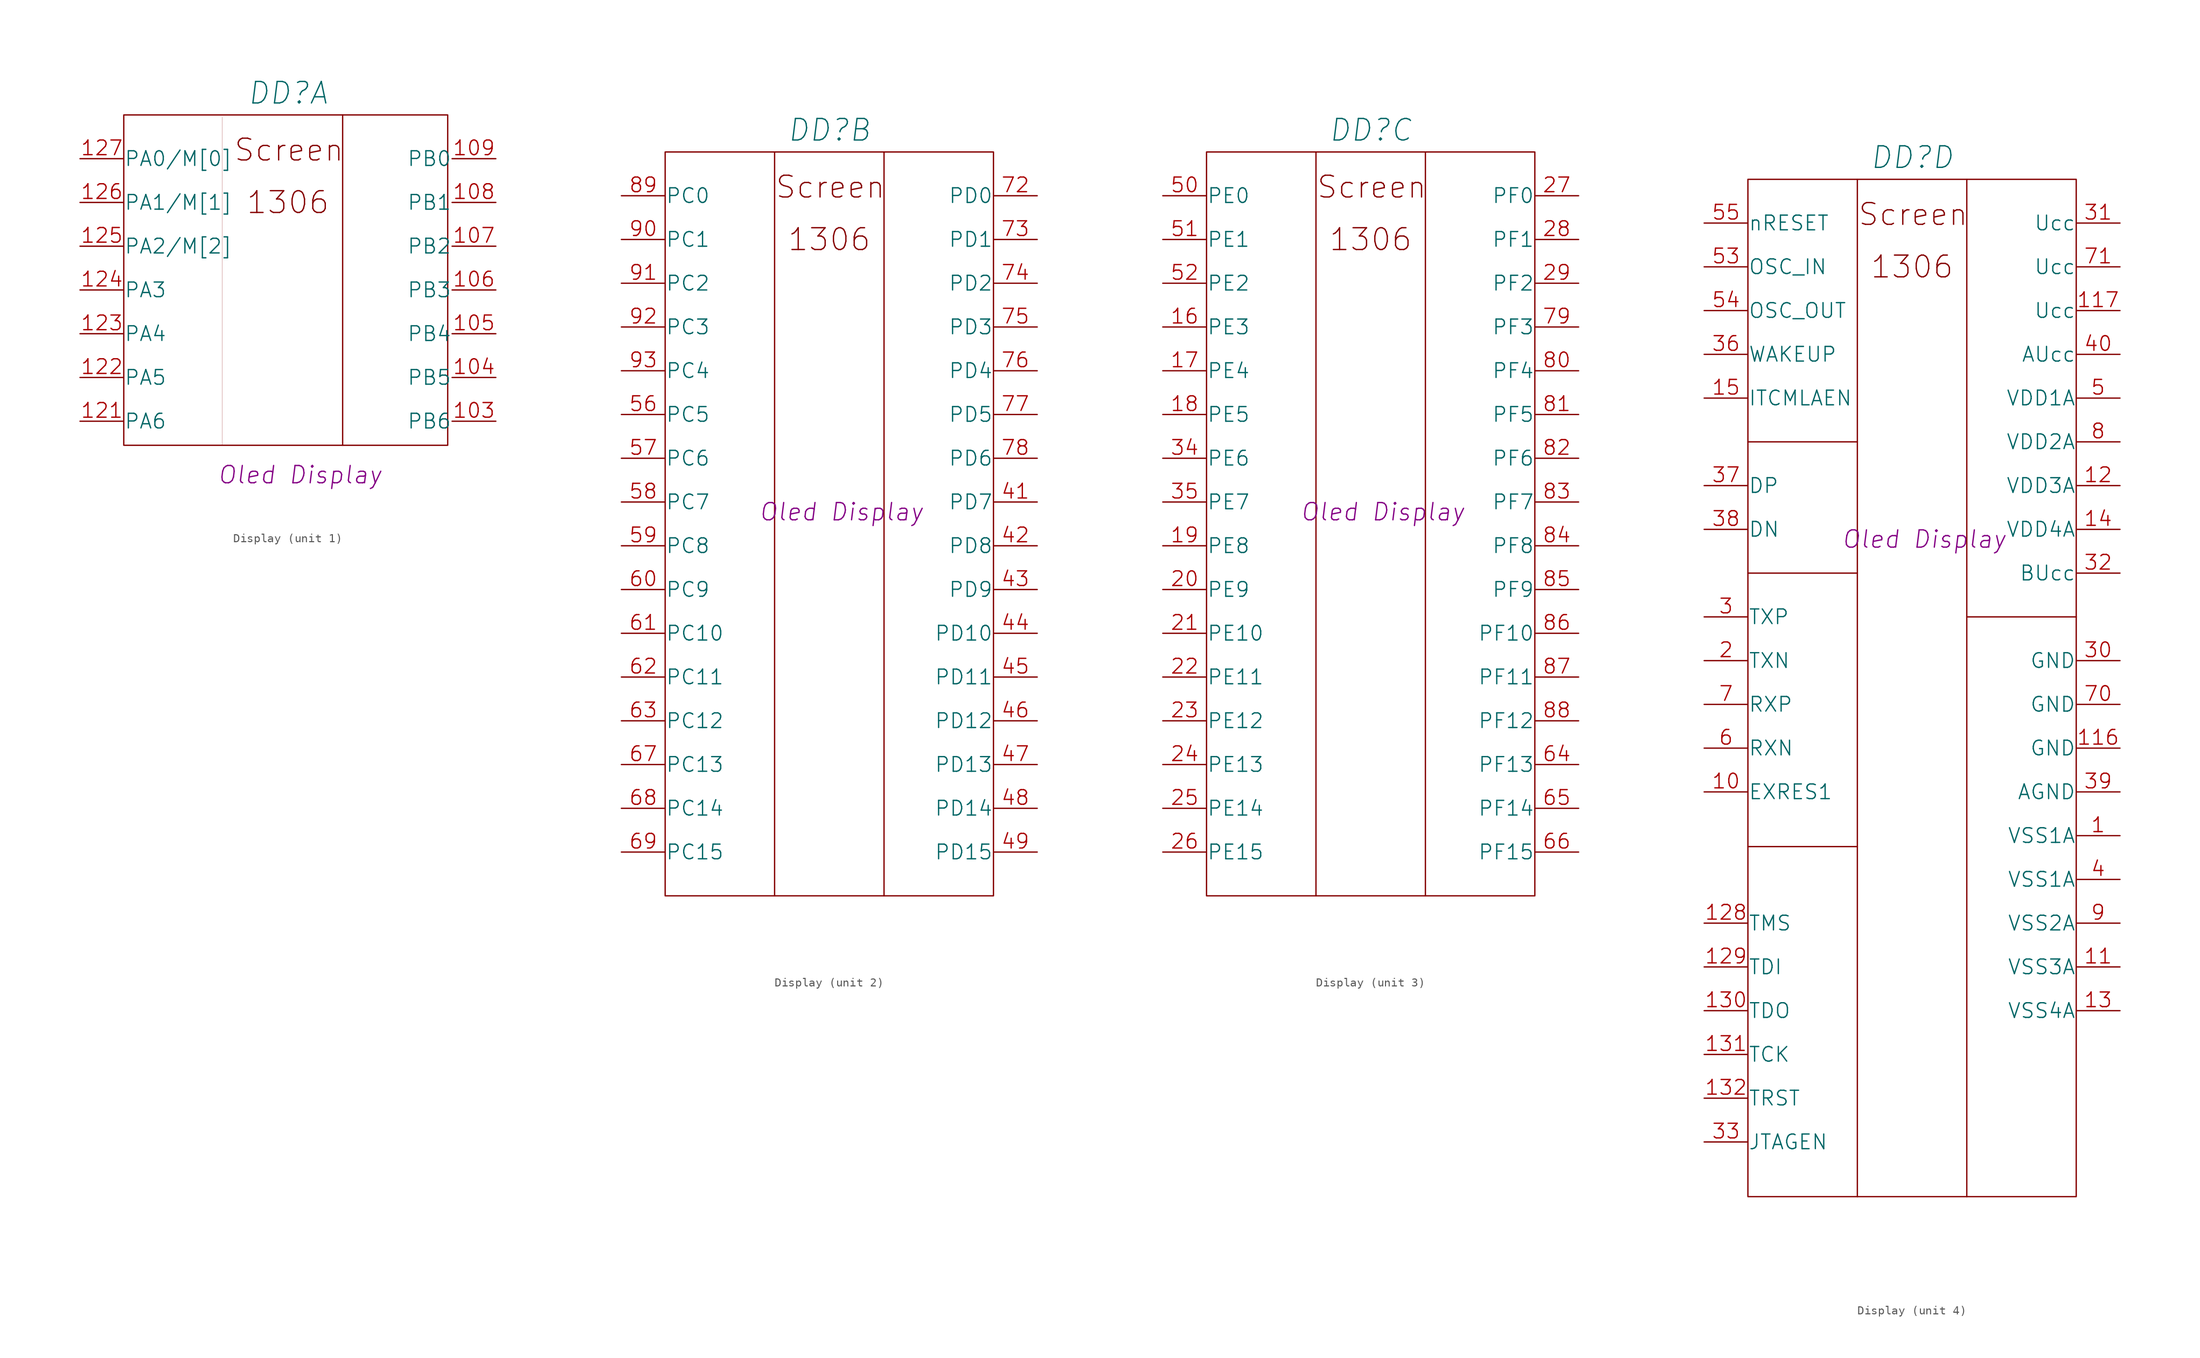
<source format=kicad_sym>
(kicad_symbol_lib
  (version 20201005)
  (generator kicad_symbol_editor)
  (symbol "power_modules:Display"
    (pin_names
      (offset 0.025))
    (property "Reference" "DD"
      (at 24.13 7.62 0)
      (effects (font (size 2.501 2.501) italic)))
    (property "ValueName" "Oled Display"
      (at 25.527 -36.703 0)
      (effects (font (size 2.007 2.007) italic)))
    (property "ki_locked" ""
      (at 0 0 0)
      (effects (font (size 1.27 1.27))))
    (symbol "Display_0_0"
      (text "Screen" (at 24.257 1.016 0) (effects (font (size 2.527 2.527))))
      (text "1306" (at 24.13 -5.08 0) (effects (font (size 2.527 2.527)))))
    (symbol "Display_1_1"
      (rectangle (start 5.08 5.08) (end 42.672 -33.274) (stroke (width 0)) (fill (type none)))
      (polyline (pts (xy 30.48 5.08) (xy 30.48 -33.274)) (stroke (width 0)) (fill (type none)))
      (polyline (pts (xy 16.51 4.826) (xy 16.51 -33.274)) (stroke (width 0.001)) (fill (type none)))
      (pin bidirectional line (at 48.26 -30.48 180) (length 5.08) (name "PB6" (effects (font (size 1.702 1.702)))) (number "103" (effects (font (size 1.702 1.702)))))
      (pin bidirectional line (at 48.26 -25.4 180) (length 5.08) (name "PB5" (effects (font (size 1.702 1.702)))) (number "104" (effects (font (size 1.702 1.702)))))
      (pin bidirectional line (at 48.26 -20.32 180) (length 5.08) (name "PB4" (effects (font (size 1.702 1.702)))) (number "105" (effects (font (size 1.702 1.702)))))
      (pin bidirectional line (at 48.26 -15.24 180) (length 5.08) (name "PB3" (effects (font (size 1.702 1.702)))) (number "106" (effects (font (size 1.702 1.702)))))
      (pin bidirectional line (at 48.26 -10.16 180) (length 5.08) (name "PB2" (effects (font (size 1.702 1.702)))) (number "107" (effects (font (size 1.702 1.702)))))
      (pin bidirectional line (at 48.26 -5.08 180) (length 5.08) (name "PB1" (effects (font (size 1.702 1.702)))) (number "108" (effects (font (size 1.702 1.702)))))
      (pin bidirectional line (at 48.26 0 180) (length 5.08) (name "PB0" (effects (font (size 1.702 1.702)))) (number "109" (effects (font (size 1.702 1.702)))))
      (pin bidirectional line (at 0 -30.48 0) (length 5.08) (name "PA6" (effects (font (size 1.702 1.702)))) (number "121" (effects (font (size 1.702 1.702)))))
      (pin bidirectional line (at 0 -25.4 0) (length 5.08) (name "PA5" (effects (font (size 1.702 1.702)))) (number "122" (effects (font (size 1.702 1.702)))))
      (pin bidirectional line (at 0 -20.32 0) (length 5.08) (name "PA4" (effects (font (size 1.702 1.702)))) (number "123" (effects (font (size 1.702 1.702)))))
      (pin bidirectional line (at 0 -15.24 0) (length 5.08) (name "PA3" (effects (font (size 1.702 1.702)))) (number "124" (effects (font (size 1.702 1.702)))))
      (pin bidirectional line (at 0 -10.16 0) (length 5.08) (name "PA2/M[2]" (effects (font (size 1.702 1.702)))) (number "125" (effects (font (size 1.702 1.702)))))
      (pin bidirectional line (at 0 -5.08 0) (length 5.08) (name "PA1/M[1]" (effects (font (size 1.702 1.702)))) (number "126" (effects (font (size 1.702 1.702)))))
      (pin bidirectional line (at 0 0 0) (length 5.08) (name "PA0/M[0]" (effects (font (size 1.702 1.702)))) (number "127" (effects (font (size 1.702 1.702))))))
    (symbol "Display_2_1"
      (rectangle (start 5.08 -81.28) (end 43.18 5.08) (stroke (width 0)) (fill (type none)))
      (polyline (pts (xy 30.48 5.08) (xy 30.48 -81.28)) (stroke (width 0)) (fill (type none)))
      (polyline (pts (xy 17.78 5.08) (xy 17.78 -74.93) (xy 17.78 -81.28)) (stroke (width 0)) (fill (type none)))
      (pin bidirectional line (at 48.26 -35.56 180) (length 5.08) (name "PD7" (effects (font (size 1.702 1.702)))) (number "41" (effects (font (size 1.702 1.702)))))
      (pin bidirectional line (at 48.26 -40.64 180) (length 5.08) (name "PD8" (effects (font (size 1.702 1.702)))) (number "42" (effects (font (size 1.702 1.702)))))
      (pin bidirectional line (at 48.26 -45.72 180) (length 5.08) (name "PD9" (effects (font (size 1.702 1.702)))) (number "43" (effects (font (size 1.702 1.702)))))
      (pin bidirectional line (at 48.26 -50.8 180) (length 5.08) (name "PD10" (effects (font (size 1.702 1.702)))) (number "44" (effects (font (size 1.702 1.702)))))
      (pin bidirectional line (at 48.26 -55.88 180) (length 5.08) (name "PD11" (effects (font (size 1.702 1.702)))) (number "45" (effects (font (size 1.702 1.702)))))
      (pin bidirectional line (at 48.26 -60.96 180) (length 5.08) (name "PD12" (effects (font (size 1.702 1.702)))) (number "46" (effects (font (size 1.702 1.702)))))
      (pin bidirectional line (at 48.26 -66.04 180) (length 5.08) (name "PD13" (effects (font (size 1.702 1.702)))) (number "47" (effects (font (size 1.702 1.702)))))
      (pin bidirectional line (at 48.26 -71.12 180) (length 5.08) (name "PD14" (effects (font (size 1.702 1.702)))) (number "48" (effects (font (size 1.702 1.702)))))
      (pin bidirectional line (at 48.26 -76.2 180) (length 5.08) (name "PD15" (effects (font (size 1.702 1.702)))) (number "49" (effects (font (size 1.702 1.702)))))
      (pin bidirectional line (at 0 -25.4 0) (length 5.08) (name "PC5" (effects (font (size 1.702 1.702)))) (number "56" (effects (font (size 1.702 1.702)))))
      (pin bidirectional line (at 0 -30.48 0) (length 5.08) (name "PC6" (effects (font (size 1.702 1.702)))) (number "57" (effects (font (size 1.702 1.702)))))
      (pin bidirectional line (at 0 -35.56 0) (length 5.08) (name "PC7" (effects (font (size 1.702 1.702)))) (number "58" (effects (font (size 1.702 1.702)))))
      (pin bidirectional line (at 0 -40.64 0) (length 5.08) (name "PC8" (effects (font (size 1.702 1.702)))) (number "59" (effects (font (size 1.702 1.702)))))
      (pin bidirectional line (at 0 -45.72 0) (length 5.08) (name "PC9" (effects (font (size 1.702 1.702)))) (number "60" (effects (font (size 1.702 1.702)))))
      (pin bidirectional line (at 0 -50.8 0) (length 5.08) (name "PC10" (effects (font (size 1.702 1.702)))) (number "61" (effects (font (size 1.702 1.702)))))
      (pin bidirectional line (at 0 -55.88 0) (length 5.08) (name "PC11" (effects (font (size 1.702 1.702)))) (number "62" (effects (font (size 1.702 1.702)))))
      (pin bidirectional line (at 0 -60.96 0) (length 5.08) (name "PC12" (effects (font (size 1.702 1.702)))) (number "63" (effects (font (size 1.702 1.702)))))
      (pin bidirectional line (at 0 -66.04 0) (length 5.08) (name "PC13" (effects (font (size 1.702 1.702)))) (number "67" (effects (font (size 1.702 1.702)))))
      (pin bidirectional line (at 0 -71.12 0) (length 5.08) (name "PC14" (effects (font (size 1.702 1.702)))) (number "68" (effects (font (size 1.702 1.702)))))
      (pin bidirectional line (at 0 -76.2 0) (length 5.08) (name "PC15" (effects (font (size 1.702 1.702)))) (number "69" (effects (font (size 1.702 1.702)))))
      (pin bidirectional line (at 48.26 0 180) (length 5.08) (name "PD0" (effects (font (size 1.702 1.702)))) (number "72" (effects (font (size 1.702 1.702)))))
      (pin bidirectional line (at 48.26 -5.08 180) (length 5.08) (name "PD1" (effects (font (size 1.702 1.702)))) (number "73" (effects (font (size 1.702 1.702)))))
      (pin bidirectional line (at 48.26 -10.16 180) (length 5.08) (name "PD2" (effects (font (size 1.702 1.702)))) (number "74" (effects (font (size 1.702 1.702)))))
      (pin bidirectional line (at 48.26 -15.24 180) (length 5.08) (name "PD3" (effects (font (size 1.702 1.702)))) (number "75" (effects (font (size 1.702 1.702)))))
      (pin bidirectional line (at 48.26 -20.32 180) (length 5.08) (name "PD4" (effects (font (size 1.702 1.702)))) (number "76" (effects (font (size 1.702 1.702)))))
      (pin bidirectional line (at 48.26 -25.4 180) (length 5.08) (name "PD5" (effects (font (size 1.702 1.702)))) (number "77" (effects (font (size 1.702 1.702)))))
      (pin bidirectional line (at 48.26 -30.48 180) (length 5.08) (name "PD6" (effects (font (size 1.702 1.702)))) (number "78" (effects (font (size 1.702 1.702)))))
      (pin bidirectional line (at 0 0 0) (length 5.08) (name "PC0" (effects (font (size 1.702 1.702)))) (number "89" (effects (font (size 1.702 1.702)))))
      (pin bidirectional line (at 0 -5.08 0) (length 5.08) (name "PC1" (effects (font (size 1.702 1.702)))) (number "90" (effects (font (size 1.702 1.702)))))
      (pin bidirectional line (at 0 -10.16 0) (length 5.08) (name "PC2" (effects (font (size 1.702 1.702)))) (number "91" (effects (font (size 1.702 1.702)))))
      (pin bidirectional line (at 0 -15.24 0) (length 5.08) (name "PC3" (effects (font (size 1.702 1.702)))) (number "92" (effects (font (size 1.702 1.702)))))
      (pin bidirectional line (at 0 -20.32 0) (length 5.08) (name "PC4" (effects (font (size 1.702 1.702)))) (number "93" (effects (font (size 1.702 1.702))))))
    (symbol "Display_3_1"
      (rectangle (start 5.08 -81.28) (end 43.18 5.08) (stroke (width 0)) (fill (type none)))
      (polyline (pts (xy 30.48 5.08) (xy 30.48 -81.28)) (stroke (width 0)) (fill (type none)))
      (polyline (pts (xy 17.78 5.08) (xy 17.78 -55.88) (xy 17.78 -81.28)) (stroke (width 0)) (fill (type none)))
      (pin bidirectional line (at 0 -15.24 0) (length 5.08) (name "PE3" (effects (font (size 1.702 1.702)))) (number "16" (effects (font (size 1.702 1.702)))))
      (pin bidirectional line (at 0 -20.32 0) (length 5.08) (name "PE4" (effects (font (size 1.702 1.702)))) (number "17" (effects (font (size 1.702 1.702)))))
      (pin bidirectional line (at 0 -25.4 0) (length 5.08) (name "PE5" (effects (font (size 1.702 1.702)))) (number "18" (effects (font (size 1.702 1.702)))))
      (pin bidirectional line (at 0 -40.64 0) (length 5.08) (name "PE8" (effects (font (size 1.702 1.702)))) (number "19" (effects (font (size 1.702 1.702)))))
      (pin bidirectional line (at 0 -45.72 0) (length 5.08) (name "PE9" (effects (font (size 1.702 1.702)))) (number "20" (effects (font (size 1.702 1.702)))))
      (pin bidirectional line (at 0 -50.8 0) (length 5.08) (name "PE10" (effects (font (size 1.702 1.702)))) (number "21" (effects (font (size 1.702 1.702)))))
      (pin bidirectional line (at 0 -55.88 0) (length 5.08) (name "PE11" (effects (font (size 1.702 1.702)))) (number "22" (effects (font (size 1.702 1.702)))))
      (pin bidirectional line (at 0 -60.96 0) (length 5.08) (name "PE12" (effects (font (size 1.702 1.702)))) (number "23" (effects (font (size 1.702 1.702)))))
      (pin bidirectional line (at 0 -66.04 0) (length 5.08) (name "PE13" (effects (font (size 1.702 1.702)))) (number "24" (effects (font (size 1.702 1.702)))))
      (pin bidirectional line (at 0 -71.12 0) (length 5.08) (name "PE14" (effects (font (size 1.702 1.702)))) (number "25" (effects (font (size 1.702 1.702)))))
      (pin bidirectional line (at 0 -76.2 0) (length 5.08) (name "PE15" (effects (font (size 1.702 1.702)))) (number "26" (effects (font (size 1.702 1.702)))))
      (pin bidirectional line (at 48.26 0 180) (length 5.08) (name "PF0" (effects (font (size 1.702 1.702)))) (number "27" (effects (font (size 1.702 1.702)))))
      (pin bidirectional line (at 48.26 -5.08 180) (length 5.08) (name "PF1" (effects (font (size 1.702 1.702)))) (number "28" (effects (font (size 1.702 1.702)))))
      (pin bidirectional line (at 48.26 -10.16 180) (length 5.08) (name "PF2" (effects (font (size 1.702 1.702)))) (number "29" (effects (font (size 1.702 1.702)))))
      (pin bidirectional line (at 0 -30.48 0) (length 5.08) (name "PE6" (effects (font (size 1.702 1.702)))) (number "34" (effects (font (size 1.702 1.702)))))
      (pin bidirectional line (at 0 -35.56 0) (length 5.08) (name "PE7" (effects (font (size 1.702 1.702)))) (number "35" (effects (font (size 1.702 1.702)))))
      (pin bidirectional line (at 0 0 0) (length 5.08) (name "PE0" (effects (font (size 1.702 1.702)))) (number "50" (effects (font (size 1.702 1.702)))))
      (pin bidirectional line (at 0 -5.08 0) (length 5.08) (name "PE1" (effects (font (size 1.702 1.702)))) (number "51" (effects (font (size 1.702 1.702)))))
      (pin bidirectional line (at 0 -10.16 0) (length 5.08) (name "PE2" (effects (font (size 1.702 1.702)))) (number "52" (effects (font (size 1.702 1.702)))))
      (pin bidirectional line (at 48.26 -66.04 180) (length 5.08) (name "PF13" (effects (font (size 1.702 1.702)))) (number "64" (effects (font (size 1.702 1.702)))))
      (pin bidirectional line (at 48.26 -71.12 180) (length 5.08) (name "PF14" (effects (font (size 1.702 1.702)))) (number "65" (effects (font (size 1.702 1.702)))))
      (pin bidirectional line (at 48.26 -76.2 180) (length 5.08) (name "PF15" (effects (font (size 1.702 1.702)))) (number "66" (effects (font (size 1.702 1.702)))))
      (pin bidirectional line (at 48.26 -15.24 180) (length 5.08) (name "PF3" (effects (font (size 1.702 1.702)))) (number "79" (effects (font (size 1.702 1.702)))))
      (pin bidirectional line (at 48.26 -20.32 180) (length 5.08) (name "PF4" (effects (font (size 1.702 1.702)))) (number "80" (effects (font (size 1.702 1.702)))))
      (pin bidirectional line (at 48.26 -25.4 180) (length 5.08) (name "PF5" (effects (font (size 1.702 1.702)))) (number "81" (effects (font (size 1.702 1.702)))))
      (pin bidirectional line (at 48.26 -30.48 180) (length 5.08) (name "PF6" (effects (font (size 1.702 1.702)))) (number "82" (effects (font (size 1.702 1.702)))))
      (pin bidirectional line (at 48.26 -35.56 180) (length 5.08) (name "PF7" (effects (font (size 1.702 1.702)))) (number "83" (effects (font (size 1.702 1.702)))))
      (pin bidirectional line (at 48.26 -40.64 180) (length 5.08) (name "PF8" (effects (font (size 1.702 1.702)))) (number "84" (effects (font (size 1.702 1.702)))))
      (pin bidirectional line (at 48.26 -45.72 180) (length 5.08) (name "PF9" (effects (font (size 1.702 1.702)))) (number "85" (effects (font (size 1.702 1.702)))))
      (pin bidirectional line (at 48.26 -50.8 180) (length 5.08) (name "PF10" (effects (font (size 1.702 1.702)))) (number "86" (effects (font (size 1.702 1.702)))))
      (pin bidirectional line (at 48.26 -55.88 180) (length 5.08) (name "PF11" (effects (font (size 1.702 1.702)))) (number "87" (effects (font (size 1.702 1.702)))))
      (pin bidirectional line (at 48.26 -60.96 180) (length 5.08) (name "PF12" (effects (font (size 1.702 1.702)))) (number "88" (effects (font (size 1.702 1.702))))))
    (symbol "Display_4_1"
      (rectangle (start 5.08 -113.03) (end 43.18 5.08) (stroke (width 0)) (fill (type none)))
      (polyline (pts (xy 5.08 -72.39) (xy 17.78 -72.39)) (stroke (width 0)) (fill (type none)))
      (polyline (pts (xy 5.08 -40.64) (xy 17.78 -40.64)) (stroke (width 0)) (fill (type none)))
      (polyline (pts (xy 5.08 -25.4) (xy 17.78 -25.4)) (stroke (width 0)) (fill (type none)))
      (polyline (pts (xy 30.48 -45.72) (xy 43.18 -45.72)) (stroke (width 0)) (fill (type none)))
      (polyline (pts (xy 30.48 5.08) (xy 30.48 -113.03)) (stroke (width 0)) (fill (type none)))
      (polyline (pts (xy 17.78 5.08) (xy 17.78 -67.31) (xy 17.78 -113.03)) (stroke (width 0)) (fill (type none)))
      (pin power_in line (at 48.26 -71.12 180) (length 5.08) (name "VSS1A" (effects (font (size 1.702 1.702)))) (number "1" (effects (font (size 1.702 1.702)))))
      (pin bidirectional line (at 0 -66.04 0) (length 5.08) (name "EXRES1" (effects (font (size 1.702 1.702)))) (number "10" (effects (font (size 1.702 1.702)))))
      (pin power_in line (at 48.26 -86.36 180) (length 5.08) (name "VSS3A" (effects (font (size 1.702 1.702)))) (number "11" (effects (font (size 1.702 1.702)))))
      (pin power_in line (at 48.26 -60.96 180) (length 5.08) (name "GND" (effects (font (size 1.702 1.702)))) (number "116" (effects (font (size 1.702 1.702)))))
      (pin power_in line (at 48.26 -10.16 180) (length 5.08) (name "Ucc" (effects (font (size 1.702 1.702)))) (number "117" (effects (font (size 1.702 1.702)))))
      (pin power_in line (at 48.26 -30.48 180) (length 5.08) (name "VDD3A" (effects (font (size 1.702 1.702)))) (number "12" (effects (font (size 1.702 1.702)))))
      (pin bidirectional line (at 0 -81.28 0) (length 5.08) (name "TMS" (effects (font (size 1.702 1.702)))) (number "128" (effects (font (size 1.702 1.702)))))
      (pin bidirectional line (at 0 -86.36 0) (length 5.08) (name "TDI" (effects (font (size 1.702 1.702)))) (number "129" (effects (font (size 1.702 1.702)))))
      (pin power_out line (at 48.26 -91.44 180) (length 5.08) (name "VSS4A" (effects (font (size 1.702 1.702)))) (number "13" (effects (font (size 1.702 1.702)))))
      (pin bidirectional line (at 0 -91.44 0) (length 5.08) (name "TDO" (effects (font (size 1.702 1.702)))) (number "130" (effects (font (size 1.702 1.702)))))
      (pin bidirectional line (at 0 -96.52 0) (length 5.08) (name "TCK" (effects (font (size 1.702 1.702)))) (number "131" (effects (font (size 1.702 1.702)))))
      (pin bidirectional line (at 0 -101.6 0) (length 5.08) (name "TRST" (effects (font (size 1.702 1.702)))) (number "132" (effects (font (size 1.702 1.702)))))
      (pin power_in line (at 48.26 -35.56 180) (length 5.08) (name "VDD4A" (effects (font (size 1.702 1.702)))) (number "14" (effects (font (size 1.702 1.702)))))
      (pin bidirectional line (at 0 -20.32 0) (length 5.08) (name "ITCMLAEN" (effects (font (size 1.702 1.702)))) (number "15" (effects (font (size 1.702 1.702)))))
      (pin bidirectional line (at 0 -50.8 0) (length 5.08) (name "TXN" (effects (font (size 1.702 1.702)))) (number "2" (effects (font (size 1.702 1.702)))))
      (pin bidirectional line (at 0 -45.72 0) (length 5.08) (name "TXP" (effects (font (size 1.702 1.702)))) (number "3" (effects (font (size 1.702 1.702)))))
      (pin power_in line (at 48.26 -50.8 180) (length 5.08) (name "GND" (effects (font (size 1.702 1.702)))) (number "30" (effects (font (size 1.702 1.702)))))
      (pin power_in line (at 48.26 0 180) (length 5.08) (name "Ucc" (effects (font (size 1.702 1.702)))) (number "31" (effects (font (size 1.702 1.702)))))
      (pin power_in line (at 48.26 -40.64 180) (length 5.08) (name "BUcc" (effects (font (size 1.702 1.702)))) (number "32" (effects (font (size 1.702 1.702)))))
      (pin bidirectional line (at 0 -106.68 0) (length 5.08) (name "JTAGEN" (effects (font (size 1.702 1.702)))) (number "33" (effects (font (size 1.702 1.702)))))
      (pin bidirectional line (at 0 -15.24 0) (length 5.08) (name "WAKEUP" (effects (font (size 1.702 1.702)))) (number "36" (effects (font (size 1.702 1.702)))))
      (pin bidirectional line (at 0 -30.48 0) (length 5.08) (name "DP" (effects (font (size 1.702 1.702)))) (number "37" (effects (font (size 1.702 1.702)))))
      (pin bidirectional line (at 0 -35.56 0) (length 5.08) (name "DN" (effects (font (size 1.702 1.702)))) (number "38" (effects (font (size 1.702 1.702)))))
      (pin power_in line (at 48.26 -66.04 180) (length 5.08) (name "AGND" (effects (font (size 1.702 1.702)))) (number "39" (effects (font (size 1.702 1.702)))))
      (pin power_in line (at 48.26 -76.2 180) (length 5.08) (name "VSS1A" (effects (font (size 1.702 1.702)))) (number "4" (effects (font (size 1.702 1.702)))))
      (pin power_in line (at 48.26 -15.24 180) (length 5.08) (name "AUcc" (effects (font (size 1.702 1.702)))) (number "40" (effects (font (size 1.702 1.702)))))
      (pin power_in line (at 48.26 -20.32 180) (length 5.08) (name "VDD1A" (effects (font (size 1.702 1.702)))) (number "5" (effects (font (size 1.702 1.702)))))
      (pin bidirectional line (at 0 -5.08 0) (length 5.08) (name "OSC_IN" (effects (font (size 1.702 1.702)))) (number "53" (effects (font (size 1.702 1.702)))))
      (pin bidirectional line (at 0 -10.16 0) (length 5.08) (name "OSC_OUT" (effects (font (size 1.702 1.702)))) (number "54" (effects (font (size 1.702 1.702)))))
      (pin bidirectional line (at 0 0 0) (length 5.08) (name "nRESET" (effects (font (size 1.702 1.702)))) (number "55" (effects (font (size 1.702 1.702)))))
      (pin bidirectional line (at 0 -60.96 0) (length 5.08) (name "RXN" (effects (font (size 1.702 1.702)))) (number "6" (effects (font (size 1.702 1.702)))))
      (pin bidirectional line (at 0 -55.88 0) (length 5.08) (name "RXP" (effects (font (size 1.702 1.702)))) (number "7" (effects (font (size 1.702 1.702)))))
      (pin power_in line (at 48.26 -55.88 180) (length 5.08) (name "GND" (effects (font (size 1.702 1.702)))) (number "70" (effects (font (size 1.702 1.702)))))
      (pin power_in line (at 48.26 -5.08 180) (length 5.08) (name "Ucc" (effects (font (size 1.702 1.702)))) (number "71" (effects (font (size 1.702 1.702)))))
      (pin power_in line (at 48.26 -25.4 180) (length 5.08) (name "VDD2A" (effects (font (size 1.702 1.702)))) (number "8" (effects (font (size 1.702 1.702)))))
      (pin power_in line (at 48.26 -81.28 180) (length 5.08) (name "VSS2A" (effects (font (size 1.702 1.702)))) (number "9" (effects (font (size 1.702 1.702))))))))
</source>
